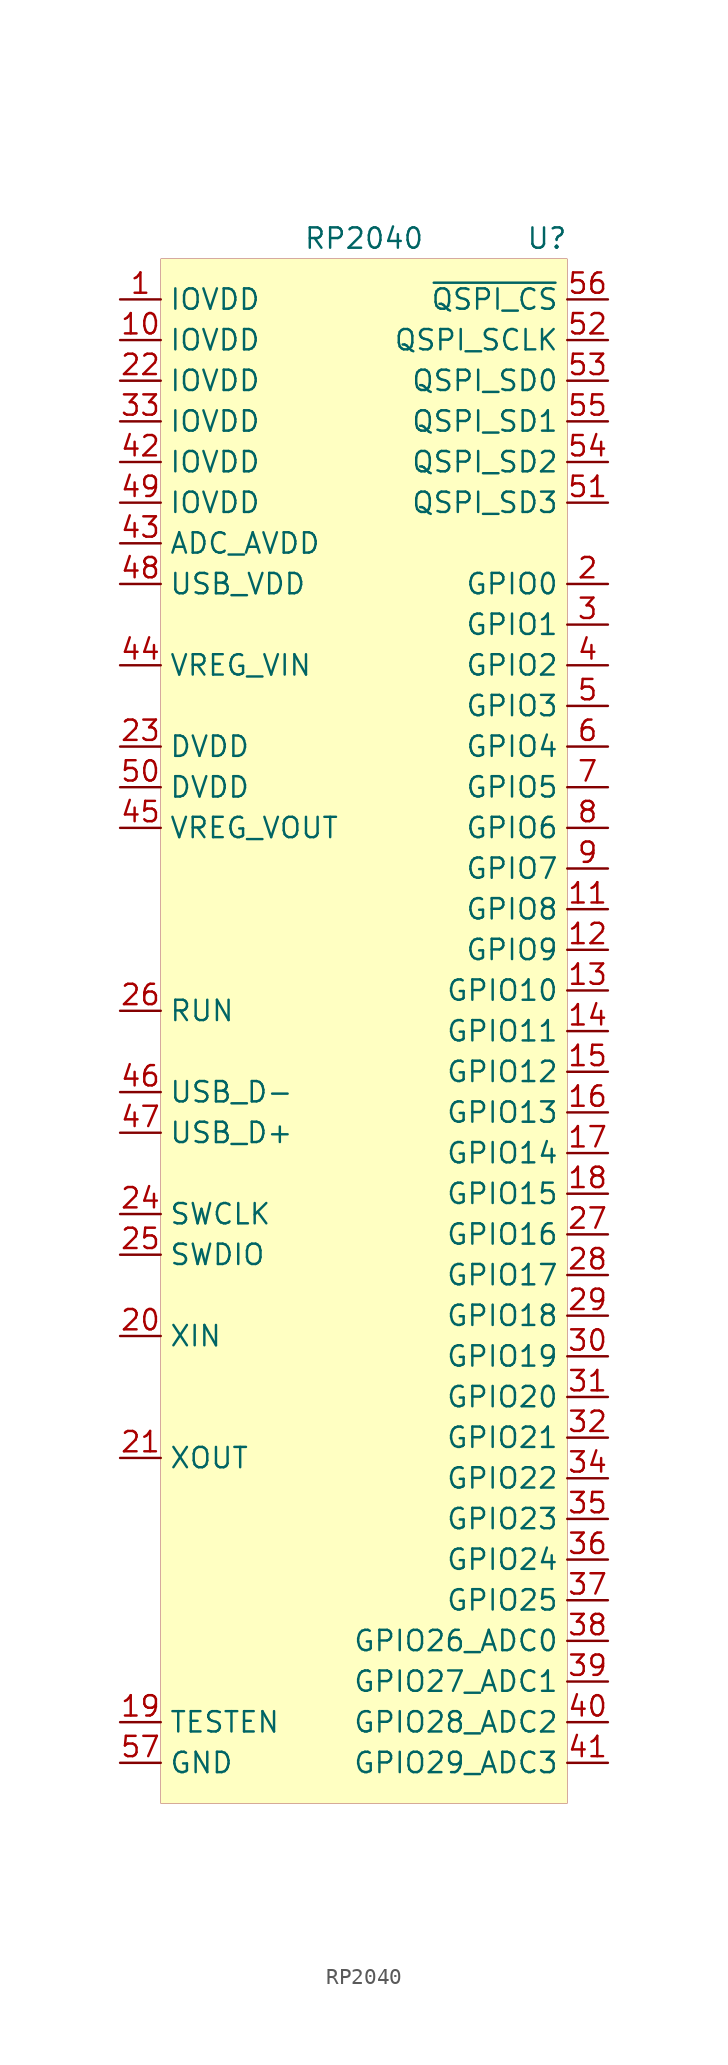
<source format=kicad_sym>
(kicad_symbol_lib
  (version 20211014)
  (generator kicad_symbol_editor)
  (symbol "RP2040"
    (property "Reference" "U"
      (at 12.7 1.27 0)
      (effects (font (size 1.27 1.27))))
    (property "Value" "RP2040"
      (at 1.27 1.27 0)
      (effects (font (size 1.27 1.27))))
    (symbol "RP2040_0_0"
      (pin power_in line (at -13.97 -2.54 0) (length 2.54) (name "IOVDD" (effects (font (size 1.27 1.27)))) (number "1" (effects (font (size 1.27 1.27)))))
      (pin power_in line (at -13.97 -5.08 0) (length 2.54) (name "IOVDD" (effects (font (size 1.27 1.27)))) (number "10" (effects (font (size 1.27 1.27)))))
      (pin bidirectional line (at 16.51 -40.64 180) (length 2.54) (name "GPIO8" (effects (font (size 1.27 1.27)))) (number "11" (effects (font (size 1.27 1.27)))))
      (pin bidirectional line (at 16.51 -20.32 180) (length 2.54) (name "GPIO0" (effects (font (size 1.27 1.27)))) (number "2" (effects (font (size 1.27 1.27)))))
      (pin bidirectional line (at 16.51 -22.86 180) (length 2.54) (name "GPIO1" (effects (font (size 1.27 1.27)))) (number "3" (effects (font (size 1.27 1.27)))))
      (pin bidirectional line (at 16.51 -25.4 180) (length 2.54) (name "GPIO2" (effects (font (size 1.27 1.27)))) (number "4" (effects (font (size 1.27 1.27)))))
      (pin bidirectional line (at 16.51 -27.94 180) (length 2.54) (name "GPIO3" (effects (font (size 1.27 1.27)))) (number "5" (effects (font (size 1.27 1.27)))))
      (pin bidirectional line (at 16.51 -30.48 180) (length 2.54) (name "GPIO4" (effects (font (size 1.27 1.27)))) (number "6" (effects (font (size 1.27 1.27)))))
      (pin bidirectional line (at 16.51 -33.02 180) (length 2.54) (name "GPIO5" (effects (font (size 1.27 1.27)))) (number "7" (effects (font (size 1.27 1.27)))))
      (pin bidirectional line (at 16.51 -35.56 180) (length 2.54) (name "GPIO6" (effects (font (size 1.27 1.27)))) (number "8" (effects (font (size 1.27 1.27)))))
      (pin bidirectional line (at 16.51 -38.1 180) (length 2.54) (name "GPIO7" (effects (font (size 1.27 1.27)))) (number "9" (effects (font (size 1.27 1.27))))))
    (symbol "RP2040_0_1"
      (rectangle (start -11.43 0) (end 13.97 -96.52) (stroke (width 0.001) (type default) (color 0 0 0 0)) (fill (type background))))
    (symbol "RP2040_1_1"
      (pin bidirectional line (at 16.51 -43.18 180) (length 2.54) (name "GPIO9" (effects (font (size 1.27 1.27)))) (number "12" (effects (font (size 1.27 1.27)))))
      (pin bidirectional line (at 16.51 -45.72 180) (length 2.54) (name "GPIO10" (effects (font (size 1.27 1.27)))) (number "13" (effects (font (size 1.27 1.27)))))
      (pin bidirectional line (at 16.51 -48.26 180) (length 2.54) (name "GPIO11" (effects (font (size 1.27 1.27)))) (number "14" (effects (font (size 1.27 1.27)))))
      (pin bidirectional line (at 16.51 -50.8 180) (length 2.54) (name "GPIO12" (effects (font (size 1.27 1.27)))) (number "15" (effects (font (size 1.27 1.27)))))
      (pin bidirectional line (at 16.51 -53.34 180) (length 2.54) (name "GPIO13" (effects (font (size 1.27 1.27)))) (number "16" (effects (font (size 1.27 1.27)))))
      (pin bidirectional line (at 16.51 -55.88 180) (length 2.54) (name "GPIO14" (effects (font (size 1.27 1.27)))) (number "17" (effects (font (size 1.27 1.27)))))
      (pin bidirectional line (at 16.51 -58.42 180) (length 2.54) (name "GPIO15" (effects (font (size 1.27 1.27)))) (number "18" (effects (font (size 1.27 1.27)))))
      (pin passive line (at -13.97 -91.44 0) (length 2.54) (name "TESTEN" (effects (font (size 1.27 1.27)))) (number "19" (effects (font (size 1.27 1.27)))))
      (pin input line (at -13.97 -67.31 0) (length 2.54) (name "XIN" (effects (font (size 1.27 1.27)))) (number "20" (effects (font (size 1.27 1.27)))))
      (pin output line (at -13.97 -74.93 0) (length 2.54) (name "XOUT" (effects (font (size 1.27 1.27)))) (number "21" (effects (font (size 1.27 1.27)))))
      (pin power_in line (at -13.97 -7.62 0) (length 2.54) (name "IOVDD" (effects (font (size 1.27 1.27)))) (number "22" (effects (font (size 1.27 1.27)))))
      (pin power_in line (at -13.97 -30.48 0) (length 2.54) (name "DVDD" (effects (font (size 1.27 1.27)))) (number "23" (effects (font (size 1.27 1.27)))))
      (pin input line (at -13.97 -59.69 0) (length 2.54) (name "SWCLK" (effects (font (size 1.27 1.27)))) (number "24" (effects (font (size 1.27 1.27)))))
      (pin bidirectional line (at -13.97 -62.23 0) (length 2.54) (name "SWDIO" (effects (font (size 1.27 1.27)))) (number "25" (effects (font (size 1.27 1.27)))))
      (pin input line (at -13.97 -46.99 0) (length 2.54) (name "RUN" (effects (font (size 1.27 1.27)))) (number "26" (effects (font (size 1.27 1.27)))))
      (pin bidirectional line (at 16.51 -60.96 180) (length 2.54) (name "GPIO16" (effects (font (size 1.27 1.27)))) (number "27" (effects (font (size 1.27 1.27)))))
      (pin bidirectional line (at 16.51 -63.5 180) (length 2.54) (name "GPIO17" (effects (font (size 1.27 1.27)))) (number "28" (effects (font (size 1.27 1.27)))))
      (pin bidirectional line (at 16.51 -66.04 180) (length 2.54) (name "GPIO18" (effects (font (size 1.27 1.27)))) (number "29" (effects (font (size 1.27 1.27)))))
      (pin bidirectional line (at 16.51 -68.58 180) (length 2.54) (name "GPIO19" (effects (font (size 1.27 1.27)))) (number "30" (effects (font (size 1.27 1.27)))))
      (pin bidirectional line (at 16.51 -71.12 180) (length 2.54) (name "GPIO20" (effects (font (size 1.27 1.27)))) (number "31" (effects (font (size 1.27 1.27)))))
      (pin bidirectional line (at 16.51 -73.66 180) (length 2.54) (name "GPIO21" (effects (font (size 1.27 1.27)))) (number "32" (effects (font (size 1.27 1.27)))))
      (pin power_in line (at -13.97 -10.16 0) (length 2.54) (name "IOVDD" (effects (font (size 1.27 1.27)))) (number "33" (effects (font (size 1.27 1.27)))))
      (pin bidirectional line (at 16.51 -76.2 180) (length 2.54) (name "GPIO22" (effects (font (size 1.27 1.27)))) (number "34" (effects (font (size 1.27 1.27)))))
      (pin bidirectional line (at 16.51 -78.74 180) (length 2.54) (name "GPIO23" (effects (font (size 1.27 1.27)))) (number "35" (effects (font (size 1.27 1.27)))))
      (pin bidirectional line (at 16.51 -81.28 180) (length 2.54) (name "GPIO24" (effects (font (size 1.27 1.27)))) (number "36" (effects (font (size 1.27 1.27)))))
      (pin bidirectional line (at 16.51 -83.82 180) (length 2.54) (name "GPIO25" (effects (font (size 1.27 1.27)))) (number "37" (effects (font (size 1.27 1.27)))))
      (pin bidirectional line (at 16.51 -86.36 180) (length 2.54) (name "GPIO26_ADC0" (effects (font (size 1.27 1.27)))) (number "38" (effects (font (size 1.27 1.27)))))
      (pin bidirectional line (at 16.51 -88.9 180) (length 2.54) (name "GPIO27_ADC1" (effects (font (size 1.27 1.27)))) (number "39" (effects (font (size 1.27 1.27)))))
      (pin bidirectional line (at 16.51 -91.44 180) (length 2.54) (name "GPIO28_ADC2" (effects (font (size 1.27 1.27)))) (number "40" (effects (font (size 1.27 1.27)))))
      (pin bidirectional line (at 16.51 -93.98 180) (length 2.54) (name "GPIO29_ADC3" (effects (font (size 1.27 1.27)))) (number "41" (effects (font (size 1.27 1.27)))))
      (pin power_in line (at -13.97 -12.7 0) (length 2.54) (name "IOVDD" (effects (font (size 1.27 1.27)))) (number "42" (effects (font (size 1.27 1.27)))))
      (pin power_in line (at -13.97 -17.78 0) (length 2.54) (name "ADC_AVDD" (effects (font (size 1.27 1.27)))) (number "43" (effects (font (size 1.27 1.27)))))
      (pin power_in line (at -13.97 -25.4 0) (length 2.54) (name "VREG_VIN" (effects (font (size 1.27 1.27)))) (number "44" (effects (font (size 1.27 1.27)))))
      (pin power_out line (at -13.97 -35.56 0) (length 2.54) (name "VREG_VOUT" (effects (font (size 1.27 1.27)))) (number "45" (effects (font (size 1.27 1.27)))))
      (pin bidirectional line (at -13.97 -52.07 0) (length 2.54) (name "USB_D-" (effects (font (size 1.27 1.27)))) (number "46" (effects (font (size 1.27 1.27)))))
      (pin bidirectional line (at -13.97 -54.61 0) (length 2.54) (name "USB_D+" (effects (font (size 1.27 1.27)))) (number "47" (effects (font (size 1.27 1.27)))))
      (pin power_in line (at -13.97 -20.32 0) (length 2.54) (name "USB_VDD" (effects (font (size 1.27 1.27)))) (number "48" (effects (font (size 1.27 1.27)))))
      (pin power_in line (at -13.97 -15.24 0) (length 2.54) (name "IOVDD" (effects (font (size 1.27 1.27)))) (number "49" (effects (font (size 1.27 1.27)))))
      (pin power_in line (at -13.97 -33.02 0) (length 2.54) (name "DVDD" (effects (font (size 1.27 1.27)))) (number "50" (effects (font (size 1.27 1.27)))))
      (pin bidirectional line (at 16.51 -15.24 180) (length 2.54) (name "QSPI_SD3" (effects (font (size 1.27 1.27)))) (number "51" (effects (font (size 1.27 1.27)))))
      (pin output line (at 16.51 -5.08 180) (length 2.54) (name "QSPI_SCLK" (effects (font (size 1.27 1.27)))) (number "52" (effects (font (size 1.27 1.27)))))
      (pin bidirectional line (at 16.51 -7.62 180) (length 2.54) (name "QSPI_SD0" (effects (font (size 1.27 1.27)))) (number "53" (effects (font (size 1.27 1.27)))))
      (pin bidirectional line (at 16.51 -12.7 180) (length 2.54) (name "QSPI_SD2" (effects (font (size 1.27 1.27)))) (number "54" (effects (font (size 1.27 1.27)))))
      (pin bidirectional line (at 16.51 -10.16 180) (length 2.54) (name "QSPI_SD1" (effects (font (size 1.27 1.27)))) (number "55" (effects (font (size 1.27 1.27)))))
      (pin input line (at 16.51 -2.54 180) (length 2.54) (name "~{QSPI_CS}" (effects (font (size 1.27 1.27)))) (number "56" (effects (font (size 1.27 1.27)))))
      (pin power_in line (at -13.97 -93.98 0) (length 2.54) (name "GND" (effects (font (size 1.27 1.27)))) (number "57" (effects (font (size 1.27 1.27))))))))
</source>
